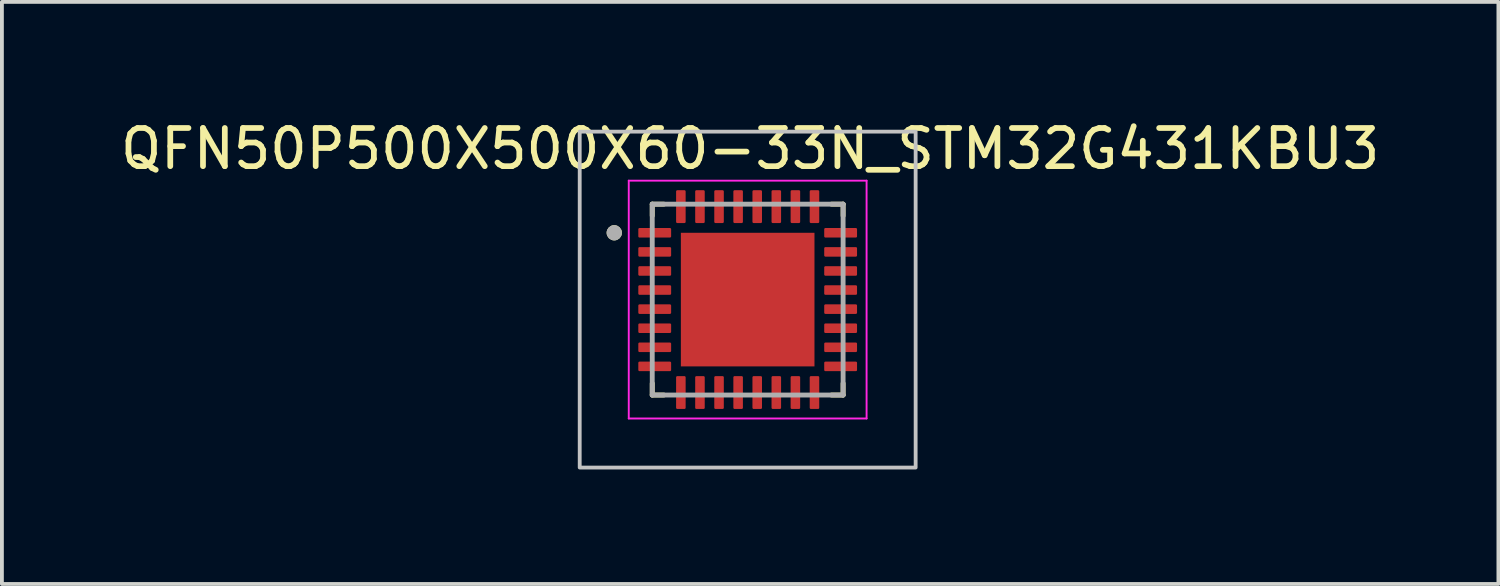
<source format=kicad_pcb>
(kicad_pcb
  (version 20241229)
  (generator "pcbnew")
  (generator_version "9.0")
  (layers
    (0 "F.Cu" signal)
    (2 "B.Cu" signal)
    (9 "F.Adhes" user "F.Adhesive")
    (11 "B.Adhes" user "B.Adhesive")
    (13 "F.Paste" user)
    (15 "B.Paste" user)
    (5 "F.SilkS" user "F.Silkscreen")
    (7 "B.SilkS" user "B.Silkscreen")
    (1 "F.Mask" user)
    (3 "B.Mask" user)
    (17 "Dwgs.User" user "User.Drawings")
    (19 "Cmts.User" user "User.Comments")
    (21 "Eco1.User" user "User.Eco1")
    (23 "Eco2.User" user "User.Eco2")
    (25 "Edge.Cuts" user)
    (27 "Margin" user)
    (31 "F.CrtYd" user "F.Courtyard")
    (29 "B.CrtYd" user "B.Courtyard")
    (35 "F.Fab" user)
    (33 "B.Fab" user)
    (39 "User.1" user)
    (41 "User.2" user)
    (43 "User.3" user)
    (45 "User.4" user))
  (footprint "QFN50P500X500X60-33N_STM32G431KBU3"
    (layer "F.Cu")
    (at 16.536 4.798)
    (property "Reference" "QFN50P500X500X60-33N_STM32G431KBU3" (at 0.065 -3.95 0) (layer "F.SilkS") (effects (font (size 1 1) (thickness 0.15))))
    (attr smd)
    (fp_line (start -2.5 -2.5) (end -2.5 -2.195) (stroke (width 0.127) (type solid)) (layer "F.SilkS"))
    (fp_line (start -2.5 -2.5) (end -2.195 -2.5) (stroke (width 0.127) (type solid)) (layer "F.SilkS"))
    (fp_line (start -2.5 2.5) (end -2.5 2.195) (stroke (width 0.127) (type solid)) (layer "F.SilkS"))
    (fp_line (start -2.5 2.5) (end -2.195 2.5) (stroke (width 0.127) (type solid)) (layer "F.SilkS"))
    (fp_line (start 2.5 -2.5) (end 2.195 -2.5) (stroke (width 0.127) (type solid)) (layer "F.SilkS"))
    (fp_line (start 2.5 -2.5) (end 2.5 -2.195) (stroke (width 0.127) (type solid)) (layer "F.SilkS"))
    (fp_line (start 2.5 2.5) (end 2.195 2.5) (stroke (width 0.127) (type solid)) (layer "F.SilkS"))
    (fp_line (start 2.5 2.5) (end 2.5 2.195) (stroke (width 0.127) (type solid)) (layer "F.SilkS"))
    (fp_circle (center -3.495 -1.75) (end -3.395 -1.75) (stroke (width 0.2) (type solid)) (fill no) (layer "F.SilkS"))
    (fp_poly (pts (xy -1.11 -1.11) (xy 1.11 -1.11) (xy 1.11 1.11) (xy -1.11 1.11)) (stroke (width 0.01) (type solid)) (fill yes) (layer "F.Paste"))
    (fp_rect (start -4.4 -4.4) (end 4.4 4.4) (stroke (width 0.1) (type default)) (fill no) (layer "Dwgs.User"))
    (fp_line (start -3.115 -3.115) (end 3.115 -3.115) (stroke (width 0.05) (type solid)) (layer "F.CrtYd"))
    (fp_line (start -3.115 3.115) (end -3.115 -3.115) (stroke (width 0.05) (type solid)) (layer "F.CrtYd"))
    (fp_line (start -3.115 3.115) (end 3.115 3.115) (stroke (width 0.05) (type solid)) (layer "F.CrtYd"))
    (fp_line (start 3.115 3.115) (end 3.115 -3.115) (stroke (width 0.05) (type solid)) (layer "F.CrtYd"))
    (fp_line (start -2.5 2.5) (end -2.5 -2.5) (stroke (width 0.127) (type solid)) (layer "F.Fab"))
    (fp_line (start 2.5 -2.5) (end -2.5 -2.5) (stroke (width 0.127) (type solid)) (layer "F.Fab"))
    (fp_line (start 2.5 2.5) (end -2.5 2.5) (stroke (width 0.127) (type solid)) (layer "F.Fab"))
    (fp_line (start 2.5 2.5) (end 2.5 -2.5) (stroke (width 0.127) (type solid)) (layer "F.Fab"))
    (fp_circle (center -3.495 -1.75) (end -3.395 -1.75) (stroke (width 0.2) (type solid)) (fill no) (layer "F.Fab"))
    (pad "1" smd roundrect (at -2.435 -1.75) (size 0.86 0.25) (layers "F.Cu" "F.Mask" "F.Paste") (roundrect_rratio 0.125))
    (pad "2" smd roundrect (at -2.435 -1.25) (size 0.86 0.25) (layers "F.Cu" "F.Mask" "F.Paste") (roundrect_rratio 0.125))
    (pad "3" smd roundrect (at -2.435 -0.75) (size 0.86 0.25) (layers "F.Cu" "F.Mask" "F.Paste") (roundrect_rratio 0.125))
    (pad "4" smd roundrect (at -2.435 -0.25) (size 0.86 0.25) (layers "F.Cu" "F.Mask" "F.Paste") (roundrect_rratio 0.125))
    (pad "5" smd roundrect (at -2.435 0.25) (size 0.86 0.25) (layers "F.Cu" "F.Mask" "F.Paste") (roundrect_rratio 0.125))
    (pad "6" smd roundrect (at -2.435 0.75) (size 0.86 0.25) (layers "F.Cu" "F.Mask" "F.Paste") (roundrect_rratio 0.125))
    (pad "7" smd roundrect (at -2.435 1.25) (size 0.86 0.25) (layers "F.Cu" "F.Mask" "F.Paste") (roundrect_rratio 0.125))
    (pad "8" smd roundrect (at -2.435 1.75) (size 0.86 0.25) (layers "F.Cu" "F.Mask" "F.Paste") (roundrect_rratio 0.125))
    (pad "9" smd roundrect (at -1.75 2.435) (size 0.25 0.86) (layers "F.Cu" "F.Mask" "F.Paste") (roundrect_rratio 0.125))
    (pad "10" smd roundrect (at -1.25 2.435) (size 0.25 0.86) (layers "F.Cu" "F.Mask" "F.Paste") (roundrect_rratio 0.125))
    (pad "11" smd roundrect (at -0.75 2.435) (size 0.25 0.86) (layers "F.Cu" "F.Mask" "F.Paste") (roundrect_rratio 0.125))
    (pad "12" smd roundrect (at -0.25 2.435) (size 0.25 0.86) (layers "F.Cu" "F.Mask" "F.Paste") (roundrect_rratio 0.125))
    (pad "13" smd roundrect (at 0.25 2.435) (size 0.25 0.86) (layers "F.Cu" "F.Mask" "F.Paste") (roundrect_rratio 0.125))
    (pad "14" smd roundrect (at 0.75 2.435) (size 0.25 0.86) (layers "F.Cu" "F.Mask" "F.Paste") (roundrect_rratio 0.125))
    (pad "15" smd roundrect (at 1.25 2.435) (size 0.25 0.86) (layers "F.Cu" "F.Mask" "F.Paste") (roundrect_rratio 0.125))
    (pad "16" smd roundrect (at 1.75 2.435) (size 0.25 0.86) (layers "F.Cu" "F.Mask" "F.Paste") (roundrect_rratio 0.125))
    (pad "17" smd roundrect (at 2.435 1.75) (size 0.86 0.25) (layers "F.Cu" "F.Mask" "F.Paste") (roundrect_rratio 0.125))
    (pad "18" smd roundrect (at 2.435 1.25) (size 0.86 0.25) (layers "F.Cu" "F.Mask" "F.Paste") (roundrect_rratio 0.125))
    (pad "19" smd roundrect (at 2.435 0.75) (size 0.86 0.25) (layers "F.Cu" "F.Mask" "F.Paste") (roundrect_rratio 0.125))
    (pad "20" smd roundrect (at 2.435 0.25) (size 0.86 0.25) (layers "F.Cu" "F.Mask" "F.Paste") (roundrect_rratio 0.125))
    (pad "21" smd roundrect (at 2.435 -0.25) (size 0.86 0.25) (layers "F.Cu" "F.Mask" "F.Paste") (roundrect_rratio 0.125))
    (pad "22" smd roundrect (at 2.435 -0.75) (size 0.86 0.25) (layers "F.Cu" "F.Mask" "F.Paste") (roundrect_rratio 0.125))
    (pad "23" smd roundrect (at 2.435 -1.25) (size 0.86 0.25) (layers "F.Cu" "F.Mask" "F.Paste") (roundrect_rratio 0.125))
    (pad "24" smd roundrect (at 2.435 -1.75) (size 0.86 0.25) (layers "F.Cu" "F.Mask" "F.Paste") (roundrect_rratio 0.125))
    (pad "25" smd roundrect (at 1.75 -2.435) (size 0.25 0.86) (layers "F.Cu" "F.Mask" "F.Paste") (roundrect_rratio 0.125))
    (pad "26" smd roundrect (at 1.25 -2.435) (size 0.25 0.86) (layers "F.Cu" "F.Mask" "F.Paste") (roundrect_rratio 0.125))
    (pad "27" smd roundrect (at 0.75 -2.435) (size 0.25 0.86) (layers "F.Cu" "F.Mask" "F.Paste") (roundrect_rratio 0.125))
    (pad "28" smd roundrect (at 0.25 -2.435) (size 0.25 0.86) (layers "F.Cu" "F.Mask" "F.Paste") (roundrect_rratio 0.125))
    (pad "29" smd roundrect (at -0.25 -2.435) (size 0.25 0.86) (layers "F.Cu" "F.Mask" "F.Paste") (roundrect_rratio 0.125))
    (pad "30" smd roundrect (at -0.75 -2.435) (size 0.25 0.86) (layers "F.Cu" "F.Mask" "F.Paste") (roundrect_rratio 0.125))
    (pad "31" smd roundrect (at -1.25 -2.435) (size 0.25 0.86) (layers "F.Cu" "F.Mask" "F.Paste") (roundrect_rratio 0.125))
    (pad "32" smd roundrect (at -1.75 -2.435) (size 0.25 0.86) (layers "F.Cu" "F.Mask" "F.Paste") (roundrect_rratio 0.125))
    (pad "33" smd rect (at 0 0) (size 3.5 3.5) (layers "F.Cu" "F.Mask")))
  (gr_rect
    (start -3 -3)
    (end 36.202 12.248)
    (stroke (width 0.1) (type default))
    (fill no)
    (layer "Edge.Cuts")))
</source>
